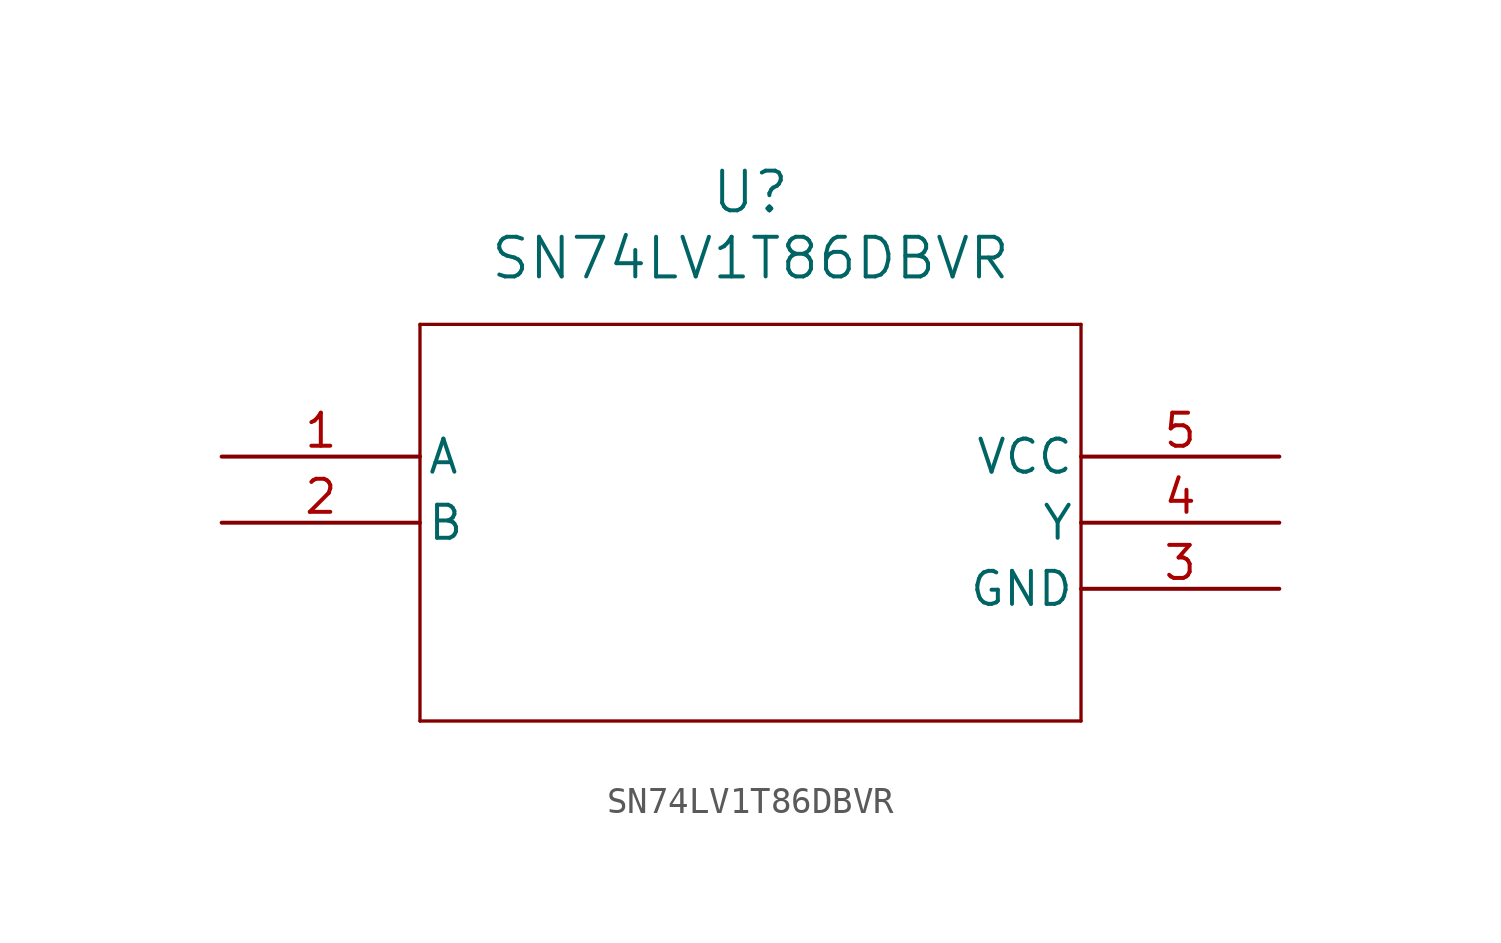
<source format=kicad_sym>
(kicad_symbol_lib
  (version 20211014)
  (generator kicad_symbol_editor)
  (symbol "SN74LV1T86DBVR"
    (pin_names
      (offset 0.254))
    (property "Reference" "U"
      (at 20.32 10.16 0)
      (effects (font (size 1.524 1.524))))
    (property "Value" "SN74LV1T86DBVR"
      (at 20.32 7.62 0)
      (effects (font (size 1.524 1.524))))
    (symbol "SN74LV1T86DBVR_0_1"
      (polyline (pts (xy 7.62 5.08) (xy 7.62 -10.16)) (stroke (width 0.127) (type default) (color 0 0 0 0)) (fill (type none)))
      (polyline (pts (xy 7.62 -10.16) (xy 33.02 -10.16)) (stroke (width 0.127) (type default) (color 0 0 0 0)) (fill (type none)))
      (polyline (pts (xy 33.02 -10.16) (xy 33.02 5.08)) (stroke (width 0.127) (type default) (color 0 0 0 0)) (fill (type none)))
      (polyline (pts (xy 33.02 5.08) (xy 7.62 5.08)) (stroke (width 0.127) (type default) (color 0 0 0 0)) (fill (type none)))
      (pin input line (at 0 0 0) (length 7.62) (name "A" (effects (font (size 1.27 1.27)))) (number "1" (effects (font (size 1.27 1.27)))))
      (pin input line (at 0 -2.54 0) (length 7.62) (name "B" (effects (font (size 1.27 1.27)))) (number "2" (effects (font (size 1.27 1.27)))))
      (pin power_in line (at 40.64 -5.08 180) (length 7.62) (name "GND" (effects (font (size 1.27 1.27)))) (number "3" (effects (font (size 1.27 1.27)))))
      (pin output line (at 40.64 -2.54 180) (length 7.62) (name "Y" (effects (font (size 1.27 1.27)))) (number "4" (effects (font (size 1.27 1.27)))))
      (pin power_in line (at 40.64 0 180) (length 7.62) (name "VCC" (effects (font (size 1.27 1.27)))) (number "5" (effects (font (size 1.27 1.27))))))))
</source>
